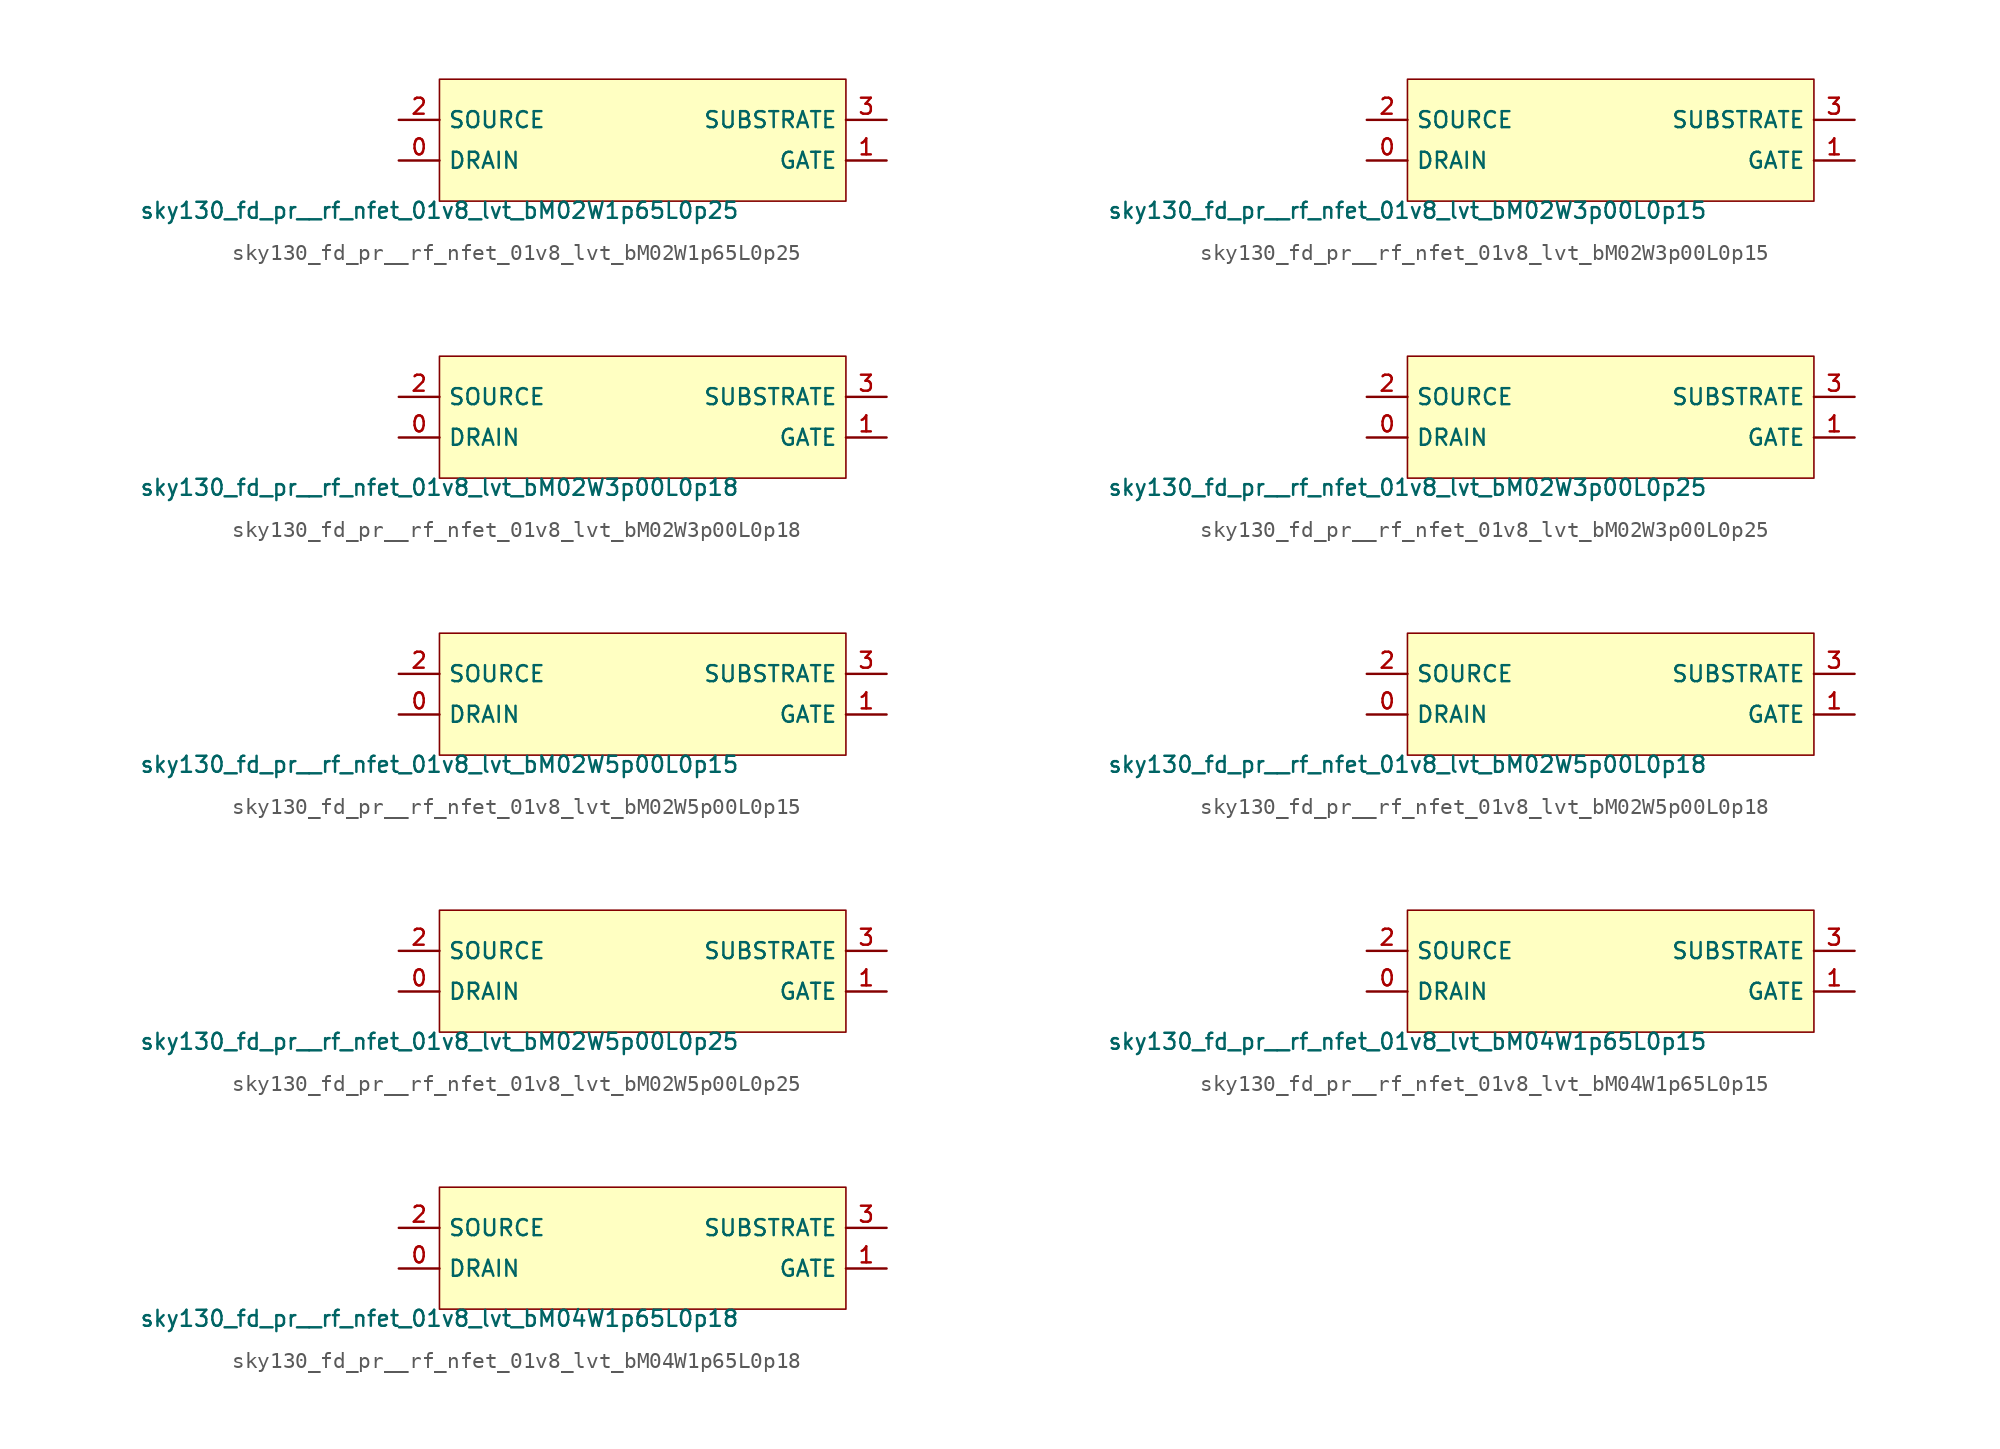
<source format=kicad_sym>
(kicad_symbol_lib
  (version 20211014)
  (generator lef2kicad_sym)
  (symbol "sky130_fd_pr__rf_nfet_01v8_lvt_bM02W1p65L0p25"
    (property "Reference" "X"
      (at 0 0 0)
      (effects (font (size 1 1)) hide))
    (property "Value" "sky130_fd_pr__rf_nfet_01v8_lvt_bM02W1p65L0p25"
      (at -12.7 -3.81 0)
      (effects (font (size 1 1)) (justify top)))
    (rectangle
      (start -12.7 -3.81)
      (end 12.7 3.81)
      (stroke (width 0.1) (type solid) (color 0 0 0 0))
      (fill (type background)))
    (pin bidirectional line
      (at -15.24 -1.27 0)
      (length 2.54)
      (name "DRAIN" (effects (font (size 1 1)) hide))
      (number "0" (effects (font (size 1 1)) hide)))
    (pin bidirectional line
      (at 15.24 -1.27 180)
      (length 2.54)
      (name "GATE" (effects (font (size 1 1)) hide))
      (number "1" (effects (font (size 1 1)) hide)))
    (pin bidirectional line
      (at -15.24 1.27 0)
      (length 2.54)
      (name "SOURCE" (effects (font (size 1 1)) hide))
      (number "2" (effects (font (size 1 1)) hide)))
    (pin bidirectional line
      (at 15.24 1.27 180)
      (length 2.54)
      (name "SUBSTRATE" (effects (font (size 1 1)) hide))
      (number "3" (effects (font (size 1 1)) hide))))
  (symbol "sky130_fd_pr__rf_nfet_01v8_lvt_bM02W3p00L0p15"
    (property "Reference" "X"
      (at 0 0 0)
      (effects (font (size 1 1)) hide))
    (property "Value" "sky130_fd_pr__rf_nfet_01v8_lvt_bM02W3p00L0p15"
      (at -12.7 -3.81 0)
      (effects (font (size 1 1)) (justify top)))
    (rectangle
      (start -12.7 -3.81)
      (end 12.7 3.81)
      (stroke (width 0.1) (type solid) (color 0 0 0 0))
      (fill (type background)))
    (pin bidirectional line
      (at -15.24 -1.27 0)
      (length 2.54)
      (name "DRAIN" (effects (font (size 1 1)) hide))
      (number "0" (effects (font (size 1 1)) hide)))
    (pin bidirectional line
      (at 15.24 -1.27 180)
      (length 2.54)
      (name "GATE" (effects (font (size 1 1)) hide))
      (number "1" (effects (font (size 1 1)) hide)))
    (pin bidirectional line
      (at -15.24 1.27 0)
      (length 2.54)
      (name "SOURCE" (effects (font (size 1 1)) hide))
      (number "2" (effects (font (size 1 1)) hide)))
    (pin bidirectional line
      (at 15.24 1.27 180)
      (length 2.54)
      (name "SUBSTRATE" (effects (font (size 1 1)) hide))
      (number "3" (effects (font (size 1 1)) hide))))
  (symbol "sky130_fd_pr__rf_nfet_01v8_lvt_bM02W3p00L0p18"
    (property "Reference" "X"
      (at 0 0 0)
      (effects (font (size 1 1)) hide))
    (property "Value" "sky130_fd_pr__rf_nfet_01v8_lvt_bM02W3p00L0p18"
      (at -12.7 -3.81 0)
      (effects (font (size 1 1)) (justify top)))
    (rectangle
      (start -12.7 -3.81)
      (end 12.7 3.81)
      (stroke (width 0.1) (type solid) (color 0 0 0 0))
      (fill (type background)))
    (pin bidirectional line
      (at -15.24 -1.27 0)
      (length 2.54)
      (name "DRAIN" (effects (font (size 1 1)) hide))
      (number "0" (effects (font (size 1 1)) hide)))
    (pin bidirectional line
      (at 15.24 -1.27 180)
      (length 2.54)
      (name "GATE" (effects (font (size 1 1)) hide))
      (number "1" (effects (font (size 1 1)) hide)))
    (pin bidirectional line
      (at -15.24 1.27 0)
      (length 2.54)
      (name "SOURCE" (effects (font (size 1 1)) hide))
      (number "2" (effects (font (size 1 1)) hide)))
    (pin bidirectional line
      (at 15.24 1.27 180)
      (length 2.54)
      (name "SUBSTRATE" (effects (font (size 1 1)) hide))
      (number "3" (effects (font (size 1 1)) hide))))
  (symbol "sky130_fd_pr__rf_nfet_01v8_lvt_bM02W3p00L0p25"
    (property "Reference" "X"
      (at 0 0 0)
      (effects (font (size 1 1)) hide))
    (property "Value" "sky130_fd_pr__rf_nfet_01v8_lvt_bM02W3p00L0p25"
      (at -12.7 -3.81 0)
      (effects (font (size 1 1)) (justify top)))
    (rectangle
      (start -12.7 -3.81)
      (end 12.7 3.81)
      (stroke (width 0.1) (type solid) (color 0 0 0 0))
      (fill (type background)))
    (pin bidirectional line
      (at -15.24 -1.27 0)
      (length 2.54)
      (name "DRAIN" (effects (font (size 1 1)) hide))
      (number "0" (effects (font (size 1 1)) hide)))
    (pin bidirectional line
      (at 15.24 -1.27 180)
      (length 2.54)
      (name "GATE" (effects (font (size 1 1)) hide))
      (number "1" (effects (font (size 1 1)) hide)))
    (pin bidirectional line
      (at -15.24 1.27 0)
      (length 2.54)
      (name "SOURCE" (effects (font (size 1 1)) hide))
      (number "2" (effects (font (size 1 1)) hide)))
    (pin bidirectional line
      (at 15.24 1.27 180)
      (length 2.54)
      (name "SUBSTRATE" (effects (font (size 1 1)) hide))
      (number "3" (effects (font (size 1 1)) hide))))
  (symbol "sky130_fd_pr__rf_nfet_01v8_lvt_bM02W5p00L0p15"
    (property "Reference" "X"
      (at 0 0 0)
      (effects (font (size 1 1)) hide))
    (property "Value" "sky130_fd_pr__rf_nfet_01v8_lvt_bM02W5p00L0p15"
      (at -12.7 -3.81 0)
      (effects (font (size 1 1)) (justify top)))
    (rectangle
      (start -12.7 -3.81)
      (end 12.7 3.81)
      (stroke (width 0.1) (type solid) (color 0 0 0 0))
      (fill (type background)))
    (pin bidirectional line
      (at -15.24 -1.27 0)
      (length 2.54)
      (name "DRAIN" (effects (font (size 1 1)) hide))
      (number "0" (effects (font (size 1 1)) hide)))
    (pin bidirectional line
      (at 15.24 -1.27 180)
      (length 2.54)
      (name "GATE" (effects (font (size 1 1)) hide))
      (number "1" (effects (font (size 1 1)) hide)))
    (pin bidirectional line
      (at -15.24 1.27 0)
      (length 2.54)
      (name "SOURCE" (effects (font (size 1 1)) hide))
      (number "2" (effects (font (size 1 1)) hide)))
    (pin bidirectional line
      (at 15.24 1.27 180)
      (length 2.54)
      (name "SUBSTRATE" (effects (font (size 1 1)) hide))
      (number "3" (effects (font (size 1 1)) hide))))
  (symbol "sky130_fd_pr__rf_nfet_01v8_lvt_bM02W5p00L0p18"
    (property "Reference" "X"
      (at 0 0 0)
      (effects (font (size 1 1)) hide))
    (property "Value" "sky130_fd_pr__rf_nfet_01v8_lvt_bM02W5p00L0p18"
      (at -12.7 -3.81 0)
      (effects (font (size 1 1)) (justify top)))
    (rectangle
      (start -12.7 -3.81)
      (end 12.7 3.81)
      (stroke (width 0.1) (type solid) (color 0 0 0 0))
      (fill (type background)))
    (pin bidirectional line
      (at -15.24 -1.27 0)
      (length 2.54)
      (name "DRAIN" (effects (font (size 1 1)) hide))
      (number "0" (effects (font (size 1 1)) hide)))
    (pin bidirectional line
      (at 15.24 -1.27 180)
      (length 2.54)
      (name "GATE" (effects (font (size 1 1)) hide))
      (number "1" (effects (font (size 1 1)) hide)))
    (pin bidirectional line
      (at -15.24 1.27 0)
      (length 2.54)
      (name "SOURCE" (effects (font (size 1 1)) hide))
      (number "2" (effects (font (size 1 1)) hide)))
    (pin bidirectional line
      (at 15.24 1.27 180)
      (length 2.54)
      (name "SUBSTRATE" (effects (font (size 1 1)) hide))
      (number "3" (effects (font (size 1 1)) hide))))
  (symbol "sky130_fd_pr__rf_nfet_01v8_lvt_bM02W5p00L0p25"
    (property "Reference" "X"
      (at 0 0 0)
      (effects (font (size 1 1)) hide))
    (property "Value" "sky130_fd_pr__rf_nfet_01v8_lvt_bM02W5p00L0p25"
      (at -12.7 -3.81 0)
      (effects (font (size 1 1)) (justify top)))
    (rectangle
      (start -12.7 -3.81)
      (end 12.7 3.81)
      (stroke (width 0.1) (type solid) (color 0 0 0 0))
      (fill (type background)))
    (pin bidirectional line
      (at -15.24 -1.27 0)
      (length 2.54)
      (name "DRAIN" (effects (font (size 1 1)) hide))
      (number "0" (effects (font (size 1 1)) hide)))
    (pin bidirectional line
      (at 15.24 -1.27 180)
      (length 2.54)
      (name "GATE" (effects (font (size 1 1)) hide))
      (number "1" (effects (font (size 1 1)) hide)))
    (pin bidirectional line
      (at -15.24 1.27 0)
      (length 2.54)
      (name "SOURCE" (effects (font (size 1 1)) hide))
      (number "2" (effects (font (size 1 1)) hide)))
    (pin bidirectional line
      (at 15.24 1.27 180)
      (length 2.54)
      (name "SUBSTRATE" (effects (font (size 1 1)) hide))
      (number "3" (effects (font (size 1 1)) hide))))
  (symbol "sky130_fd_pr__rf_nfet_01v8_lvt_bM04W1p65L0p15"
    (property "Reference" "X"
      (at 0 0 0)
      (effects (font (size 1 1)) hide))
    (property "Value" "sky130_fd_pr__rf_nfet_01v8_lvt_bM04W1p65L0p15"
      (at -12.7 -3.81 0)
      (effects (font (size 1 1)) (justify top)))
    (rectangle
      (start -12.7 -3.81)
      (end 12.7 3.81)
      (stroke (width 0.1) (type solid) (color 0 0 0 0))
      (fill (type background)))
    (pin bidirectional line
      (at -15.24 -1.27 0)
      (length 2.54)
      (name "DRAIN" (effects (font (size 1 1)) hide))
      (number "0" (effects (font (size 1 1)) hide)))
    (pin bidirectional line
      (at 15.24 -1.27 180)
      (length 2.54)
      (name "GATE" (effects (font (size 1 1)) hide))
      (number "1" (effects (font (size 1 1)) hide)))
    (pin bidirectional line
      (at -15.24 1.27 0)
      (length 2.54)
      (name "SOURCE" (effects (font (size 1 1)) hide))
      (number "2" (effects (font (size 1 1)) hide)))
    (pin bidirectional line
      (at 15.24 1.27 180)
      (length 2.54)
      (name "SUBSTRATE" (effects (font (size 1 1)) hide))
      (number "3" (effects (font (size 1 1)) hide))))
  (symbol "sky130_fd_pr__rf_nfet_01v8_lvt_bM04W1p65L0p18"
    (property "Reference" "X"
      (at 0 0 0)
      (effects (font (size 1 1)) hide))
    (property "Value" "sky130_fd_pr__rf_nfet_01v8_lvt_bM04W1p65L0p18"
      (at -12.7 -3.81 0)
      (effects (font (size 1 1)) (justify top)))
    (rectangle
      (start -12.7 -3.81)
      (end 12.7 3.81)
      (stroke (width 0.1) (type solid) (color 0 0 0 0))
      (fill (type background)))
    (pin bidirectional line
      (at -15.24 -1.27 0)
      (length 2.54)
      (name "DRAIN" (effects (font (size 1 1)) hide))
      (number "0" (effects (font (size 1 1)) hide)))
    (pin bidirectional line
      (at 15.24 -1.27 180)
      (length 2.54)
      (name "GATE" (effects (font (size 1 1)) hide))
      (number "1" (effects (font (size 1 1)) hide)))
    (pin bidirectional line
      (at -15.24 1.27 0)
      (length 2.54)
      (name "SOURCE" (effects (font (size 1 1)) hide))
      (number "2" (effects (font (size 1 1)) hide)))
    (pin bidirectional line
      (at 15.24 1.27 180)
      (length 2.54)
      (name "SUBSTRATE" (effects (font (size 1 1)) hide))
      (number "3" (effects (font (size 1 1)) hide)))))
</source>
